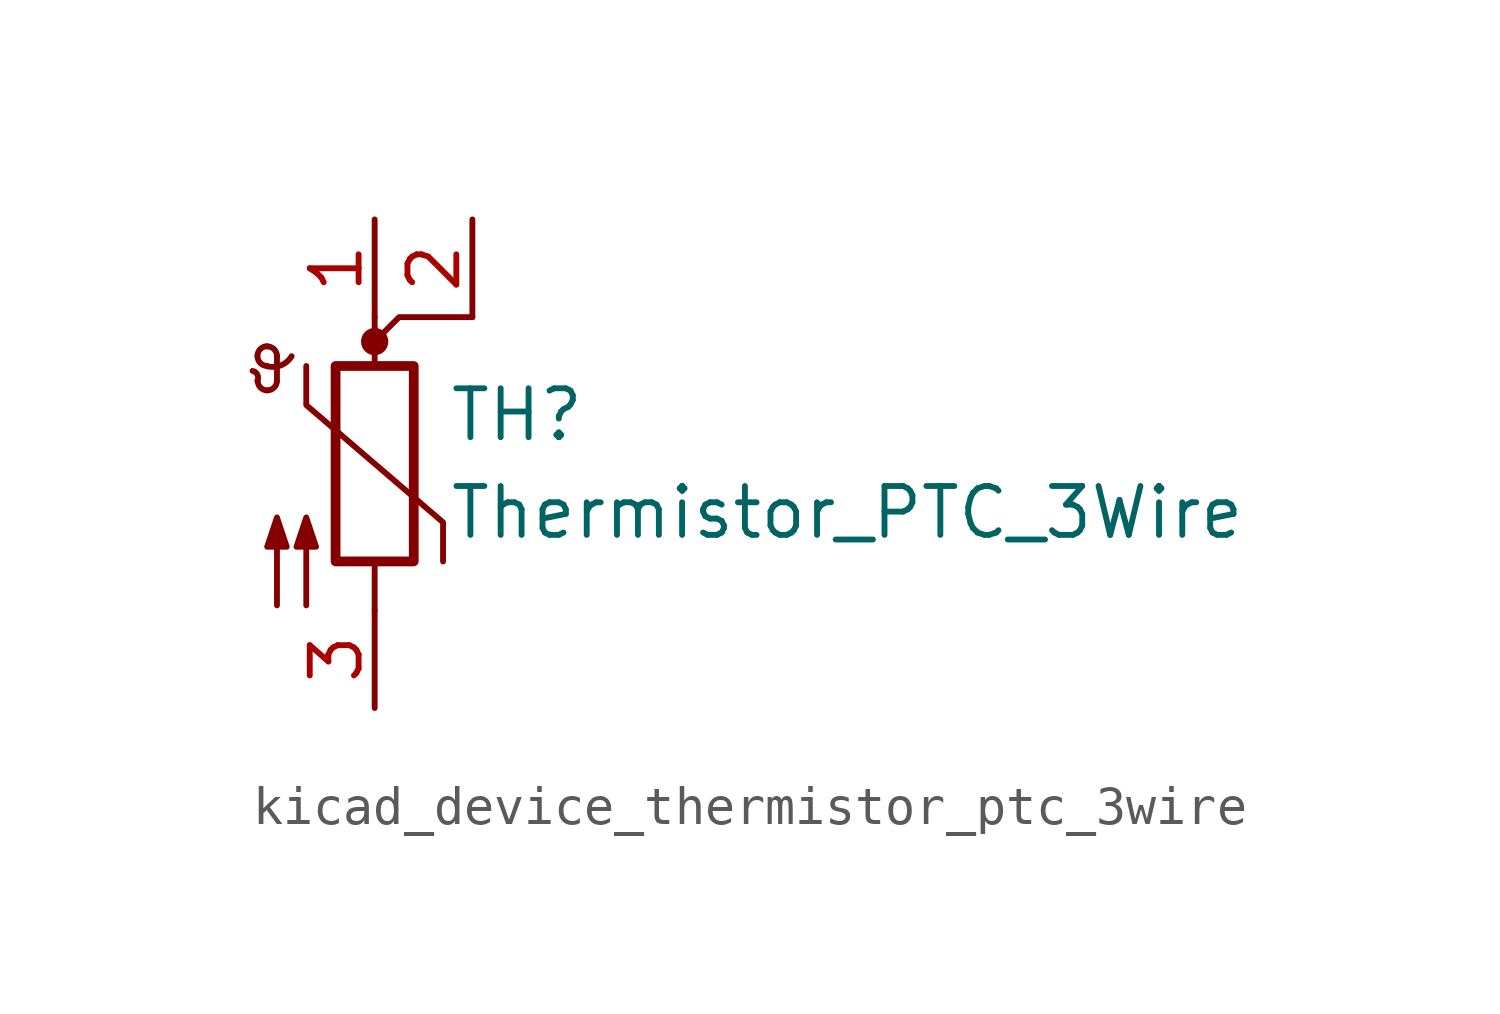
<source format=kicad_sym>
(kicad_symbol_lib
  (version 20220914)
  (generator kicad_symbol_editor)
  (symbol "kicad_device_thermistor_ptc_3wire"
    (pin_names
      (offset 0))
    (property "Reference" "TH"
      (at 1.905 1.27 0)
      (effects (font (size 1.27 1.27)) (justify left)))
    (property "Value" "Thermistor_PTC_3Wire"
      (at 1.905 -1.27 0)
      (effects (font (size 1.27 1.27)) (justify left)))
    (symbol "kicad_device_thermistor_ptc_3wire_0_1"
      (arc (start -3.048 2.159) (mid -3.0495 2.3143) (end -3.175 2.413) (stroke (width 0) (type default)) (fill (type none)))
      (arc (start -3.048 2.159) (mid -2.9736 1.9794) (end -2.794 1.905) (stroke (width 0) (type default)) (fill (type none)))
      (arc (start -3.048 2.794) (mid -2.9736 2.6144) (end -2.794 2.54) (stroke (width 0) (type default)) (fill (type none)))
      (arc (start -2.794 1.905) (mid -2.6144 1.9794) (end -2.54 2.159) (stroke (width 0) (type default)) (fill (type none)))
      (arc (start -2.794 2.54) (mid -2.4393 2.5587) (end -2.159 2.794) (stroke (width 0) (type default)) (fill (type none)))
      (arc (start -2.794 3.048) (mid -2.9736 2.9736) (end -3.048 2.794) (stroke (width 0) (type default)) (fill (type none)))
      (arc (start -2.54 2.794) (mid -2.6144 2.9736) (end -2.794 3.048) (stroke (width 0) (type default)) (fill (type none)))
      (rectangle (start -1.016 2.54) (end 1.016 -2.54) (stroke (width 0.254) (type default)) (fill (type none)))
      (polyline (pts (xy -2.54 2.159) (xy -2.54 2.794)) (stroke (width 0) (type default)) (fill (type none)))
      (polyline (pts (xy 0 -3.81) (xy 0 -2.54)) (stroke (width 0) (type default)) (fill (type none)))
      (polyline (pts (xy 0 3.81) (xy 0 2.54)) (stroke (width 0) (type default)) (fill (type none)))
      (polyline (pts (xy 2.54 3.81) (xy 0.635 3.81) (xy 0 3.175)) (stroke (width 0) (type default)) (fill (type none)))
      (polyline (pts (xy -1.778 2.54) (xy -1.778 1.524) (xy 1.778 -1.524) (xy 1.778 -2.54)) (stroke (width 0) (type default)) (fill (type none)))
      (polyline (pts (xy -2.54 -3.683) (xy -2.54 -1.397) (xy -2.794 -2.159) (xy -2.286 -2.159) (xy -2.54 -1.397) (xy -2.54 -1.651)) (stroke (width 0) (type default)) (fill (type outline)))
      (polyline (pts (xy -1.778 -3.683) (xy -1.778 -1.397) (xy -2.032 -2.159) (xy -1.524 -2.159) (xy -1.778 -1.397) (xy -1.778 -1.651)) (stroke (width 0) (type default)) (fill (type outline)))
      (circle (center 0 3.175) (radius 0.279) (stroke (width 0) (type default)) (fill (type outline))))
    (symbol "kicad_device_thermistor_ptc_3wire_1_1"
      (pin passive line (at 0 6.35 270) (length 2.54) (name "~" (effects (font (size 1.27 1.27)))) (number "1" (effects (font (size 1.27 1.27)))))
      (pin passive line (at 2.54 6.35 270) (length 2.54) (name "~" (effects (font (size 1.27 1.27)))) (number "2" (effects (font (size 1.27 1.27)))))
      (pin passive line (at 0 -6.35 90) (length 2.54) (name "~" (effects (font (size 1.27 1.27)))) (number "3" (effects (font (size 1.27 1.27))))))))
</source>
